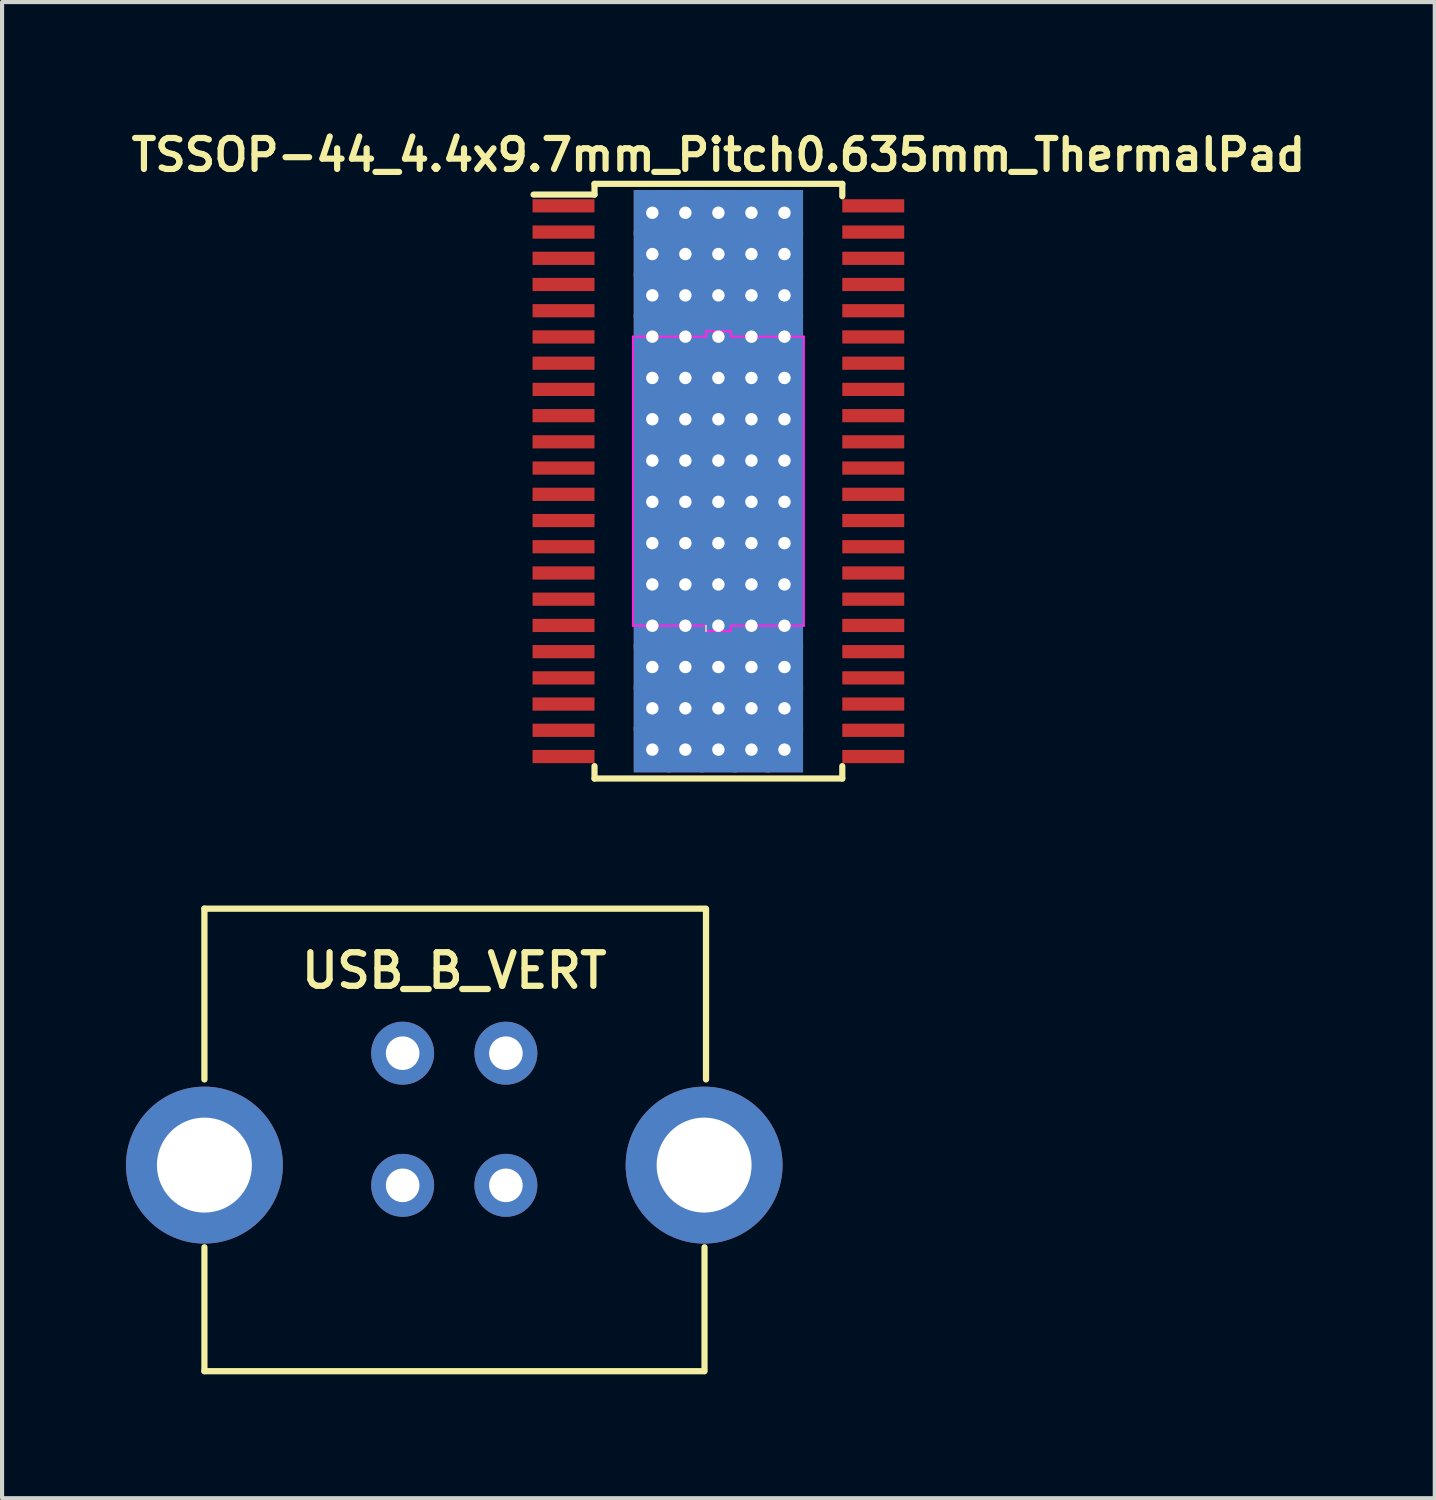
<source format=kicad_pcb>
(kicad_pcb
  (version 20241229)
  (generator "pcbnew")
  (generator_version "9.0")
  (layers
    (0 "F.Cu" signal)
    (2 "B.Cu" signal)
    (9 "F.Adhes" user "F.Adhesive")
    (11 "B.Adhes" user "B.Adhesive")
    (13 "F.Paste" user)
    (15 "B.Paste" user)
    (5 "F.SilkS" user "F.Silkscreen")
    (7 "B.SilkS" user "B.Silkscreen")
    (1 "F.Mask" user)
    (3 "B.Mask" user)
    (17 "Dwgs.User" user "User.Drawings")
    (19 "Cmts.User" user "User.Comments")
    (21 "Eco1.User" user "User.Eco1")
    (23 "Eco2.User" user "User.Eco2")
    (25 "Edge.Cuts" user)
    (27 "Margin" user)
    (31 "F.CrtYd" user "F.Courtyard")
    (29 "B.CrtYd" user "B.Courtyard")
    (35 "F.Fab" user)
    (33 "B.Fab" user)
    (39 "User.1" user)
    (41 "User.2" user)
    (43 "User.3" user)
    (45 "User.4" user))
  (footprint "USB_B_VERT"
    (layer "F.Cu")
    (at 7.95 22.453)
    (property "Reference" "USB_B_VERT" (at 0 -2 0) (layer "F.SilkS") (effects (font (size 0.813 0.813) (thickness 0.152))))
    (attr through_hole)
    (fp_line (start -6.05 -3.5) (end -6.05 0.635) (stroke (width 0.152) (type solid)) (layer "F.SilkS"))
    (fp_line (start -6.05 4.699) (end -6.05 7.7) (stroke (width 0.15) (type solid)) (layer "F.SilkS"))
    (fp_line (start -6.05 7.7) (end 6.05 7.7) (stroke (width 0.152) (type solid)) (layer "F.SilkS"))
    (fp_line (start 6.05 -3.5) (end -6.05 -3.5) (stroke (width 0.152) (type solid)) (layer "F.SilkS"))
    (fp_line (start 6.06 7.7) (end 6.06 4.699) (stroke (width 0.15) (type solid)) (layer "F.SilkS"))
    (fp_line (start 6.096 -3.5) (end 6.096 0.635) (stroke (width 0.152) (type solid)) (layer "F.SilkS"))
    (pad "1" thru_hole circle (at 1.25 0) (size 1.524 1.524) (drill 0.813) (layers "*.Cu" "*.Mask"))
    (pad "2" thru_hole circle (at -1.25 0) (size 1.524 1.524) (drill 0.813) (layers "*.Cu" "*.Mask"))
    (pad "3" thru_hole circle (at -1.25 3.2) (size 1.524 1.524) (drill 0.813) (layers "*.Cu" "*.Mask"))
    (pad "4" thru_hole circle (at 1.25 3.2) (size 1.524 1.524) (drill 0.813) (layers "*.Cu" "*.Mask"))
    (pad "5" thru_hole circle (at -6.05 2.71) (size 3.8 3.8) (drill 2.3) (layers "*.Cu" "*.Mask"))
    (pad "6" thru_hole circle (at 6.05 2.71) (size 3.8 3.8) (drill 2.3) (layers "*.Cu" "*.Mask")))
  (footprint "TSSOP-44_4.4x9.7mm_Pitch0.635mm_ThermalPad"
    (layer "F.Cu")
    (at 14.346 8.602)
    (property "Reference" "TSSOP-44_4.4x9.7mm_Pitch0.635mm_ThermalPad" (at 0 -7.9 0) (layer "F.SilkS") (effects (font (size 0.75 0.75) (thickness 0.15))))
    (attr smd)
    (fp_line (start -3 -7.2) (end -3 -6.94) (stroke (width 0.15) (type solid)) (layer "F.SilkS"))
    (fp_line (start -3 -7.2) (end 3 -7.2) (stroke (width 0.15) (type solid)) (layer "F.SilkS"))
    (fp_line (start -3 -6.94) (end -4.475 -6.94) (stroke (width 0.15) (type solid)) (layer "F.SilkS"))
    (fp_line (start -3 7.2) (end -3 6.9) (stroke (width 0.15) (type solid)) (layer "F.SilkS"))
    (fp_line (start -3 7.2) (end 3 7.2) (stroke (width 0.15) (type solid)) (layer "F.SilkS"))
    (fp_line (start 3 -6.9) (end 3 -7.2) (stroke (width 0.15) (type solid)) (layer "F.SilkS"))
    (fp_line (start 3 7.2) (end 3 6.9) (stroke (width 0.15) (type solid)) (layer "F.SilkS"))
    (fp_line (start -0.3 3.5) (end -0.3 3.63) (stroke (width 0.05) (type solid)) (layer "Dwgs.User"))
    (fp_line (start -2.07 -3.5) (end -2.07 3.5) (stroke (width 0.05) (type solid)) (layer "F.CrtYd"))
    (fp_line (start -2.07 -3.5) (end -0.3 -3.5) (stroke (width 0.05) (type solid)) (layer "F.CrtYd"))
    (fp_line (start -2.07 3.5) (end -0.3 3.5) (stroke (width 0.05) (type solid)) (layer "F.CrtYd"))
    (fp_line (start -0.3 -3.63) (end 0.3 -3.63) (stroke (width 0.05) (type solid)) (layer "F.CrtYd"))
    (fp_line (start -0.3 -3.5) (end -0.3 -3.63) (stroke (width 0.05) (type solid)) (layer "F.CrtYd"))
    (fp_line (start -0.3 3.63) (end 0.3 3.63) (stroke (width 0.05) (type solid)) (layer "F.CrtYd"))
    (fp_line (start 0.3 -3.63) (end 0.3 -3.5) (stroke (width 0.05) (type solid)) (layer "F.CrtYd"))
    (fp_line (start 0.3 -3.5) (end 2.07 -3.5) (stroke (width 0.05) (type solid)) (layer "F.CrtYd"))
    (fp_line (start 0.3 3.5) (end 0.3 3.63) (stroke (width 0.05) (type solid)) (layer "F.CrtYd"))
    (fp_line (start 0.3 3.5) (end 2.07 3.5) (stroke (width 0.05) (type solid)) (layer "F.CrtYd"))
    (fp_line (start 2.07 -3.5) (end 2.07 3.5) (stroke (width 0.05) (type solid)) (layer "F.CrtYd"))
    (pad "1" smd rect (at -3.75 -6.668) (size 1.5 0.32) (layers "F.Cu" "F.Mask" "F.Paste"))
    (pad "2" smd rect (at -3.75 -6.032) (size 1.5 0.32) (layers "F.Cu" "F.Mask" "F.Paste"))
    (pad "3" smd rect (at -3.75 -5.397) (size 1.5 0.32) (layers "F.Cu" "F.Mask" "F.Paste"))
    (pad "4" smd rect (at -3.75 -4.763) (size 1.5 0.32) (layers "F.Cu" "F.Mask" "F.Paste"))
    (pad "5" smd rect (at -3.75 -4.128) (size 1.5 0.32) (layers "F.Cu" "F.Mask" "F.Paste"))
    (pad "6" smd rect (at -3.75 -3.493) (size 1.5 0.32) (layers "F.Cu" "F.Mask" "F.Paste"))
    (pad "7" smd rect (at -3.75 -2.857) (size 1.5 0.32) (layers "F.Cu" "F.Mask" "F.Paste"))
    (pad "8" smd rect (at -3.75 -2.223) (size 1.5 0.32) (layers "F.Cu" "F.Mask" "F.Paste"))
    (pad "9" smd rect (at -3.75 -1.587) (size 1.5 0.32) (layers "F.Cu" "F.Mask" "F.Paste"))
    (pad "10" smd rect (at -3.75 -0.953) (size 1.5 0.32) (layers "F.Cu" "F.Mask" "F.Paste"))
    (pad "11" smd rect (at -3.75 -0.318) (size 1.5 0.32) (layers "F.Cu" "F.Mask" "F.Paste"))
    (pad "12" smd rect (at -3.75 0.318) (size 1.5 0.32) (layers "F.Cu" "F.Mask" "F.Paste"))
    (pad "13" smd rect (at -3.75 0.953) (size 1.5 0.32) (layers "F.Cu" "F.Mask" "F.Paste"))
    (pad "14" smd rect (at -3.75 1.587) (size 1.5 0.32) (layers "F.Cu" "F.Mask" "F.Paste"))
    (pad "15" smd rect (at -3.75 2.223) (size 1.5 0.32) (layers "F.Cu" "F.Mask" "F.Paste"))
    (pad "16" smd rect (at -3.75 2.857) (size 1.5 0.32) (layers "F.Cu" "F.Mask" "F.Paste"))
    (pad "17" smd rect (at -3.75 3.493) (size 1.5 0.32) (layers "F.Cu" "F.Mask" "F.Paste"))
    (pad "18" smd rect (at -3.75 4.128) (size 1.5 0.32) (layers "F.Cu" "F.Mask" "F.Paste"))
    (pad "19" smd rect (at -3.75 4.763) (size 1.5 0.32) (layers "F.Cu" "F.Mask" "F.Paste"))
    (pad "20" smd rect (at -3.75 5.397) (size 1.5 0.32) (layers "F.Cu" "F.Mask" "F.Paste"))
    (pad "21" smd rect (at -3.75 6.032) (size 1.5 0.32) (layers "F.Cu" "F.Mask" "F.Paste"))
    (pad "22" smd rect (at -3.75 6.668) (size 1.5 0.32) (layers "F.Cu" "F.Mask" "F.Paste"))
    (pad "23" smd rect (at 3.75 6.668) (size 1.5 0.32) (layers "F.Cu" "F.Mask" "F.Paste"))
    (pad "24" smd rect (at 3.75 6.032) (size 1.5 0.32) (layers "F.Cu" "F.Mask" "F.Paste"))
    (pad "25" smd rect (at 3.75 5.397) (size 1.5 0.32) (layers "F.Cu" "F.Mask" "F.Paste"))
    (pad "26" smd rect (at 3.75 4.763) (size 1.5 0.32) (layers "F.Cu" "F.Mask" "F.Paste"))
    (pad "27" smd rect (at 3.75 4.128) (size 1.5 0.32) (layers "F.Cu" "F.Mask" "F.Paste"))
    (pad "28" smd rect (at 3.75 3.493) (size 1.5 0.32) (layers "F.Cu" "F.Mask" "F.Paste"))
    (pad "29" smd rect (at 3.75 2.857) (size 1.5 0.32) (layers "F.Cu" "F.Mask" "F.Paste"))
    (pad "30" smd rect (at 3.75 2.223) (size 1.5 0.32) (layers "F.Cu" "F.Mask" "F.Paste"))
    (pad "31" smd rect (at 3.75 1.587) (size 1.5 0.32) (layers "F.Cu" "F.Mask" "F.Paste"))
    (pad "32" smd rect (at 3.75 0.953) (size 1.5 0.32) (layers "F.Cu" "F.Mask" "F.Paste"))
    (pad "33" smd rect (at 3.75 0.318) (size 1.5 0.32) (layers "F.Cu" "F.Mask" "F.Paste"))
    (pad "34" smd rect (at 3.75 -0.318) (size 1.5 0.32) (layers "F.Cu" "F.Mask" "F.Paste"))
    (pad "35" smd rect (at 3.75 -0.953) (size 1.5 0.32) (layers "F.Cu" "F.Mask" "F.Paste"))
    (pad "36" smd rect (at 3.75 -1.587) (size 1.5 0.32) (layers "F.Cu" "F.Mask" "F.Paste"))
    (pad "37" smd rect (at 3.75 -2.223) (size 1.5 0.32) (layers "F.Cu" "F.Mask" "F.Paste"))
    (pad "38" smd rect (at 3.75 -2.857) (size 1.5 0.32) (layers "F.Cu" "F.Mask" "F.Paste"))
    (pad "39" smd rect (at 3.75 -3.493) (size 1.5 0.32) (layers "F.Cu" "F.Mask" "F.Paste"))
    (pad "40" smd rect (at 3.75 -4.128) (size 1.5 0.32) (layers "F.Cu" "F.Mask" "F.Paste"))
    (pad "41" smd rect (at 3.75 -4.763) (size 1.5 0.32) (layers "F.Cu" "F.Mask" "F.Paste"))
    (pad "42" smd rect (at 3.75 -5.397) (size 1.5 0.32) (layers "F.Cu" "F.Mask" "F.Paste"))
    (pad "43" smd rect (at 3.75 -6.032) (size 1.5 0.32) (layers "F.Cu" "F.Mask" "F.Paste"))
    (pad "44" smd rect (at 3.75 -6.668) (size 1.5 0.32) (layers "F.Cu" "F.Mask" "F.Paste"))
    (pad "45" thru_hole rect (at -1.6 -6.5) (size 0.9 1.1) (drill 0.3) (layers "*.Cu"))
    (pad "45" thru_hole rect (at -1.6 -5.5) (size 0.9 1.1) (drill 0.3) (layers "*.Cu"))
    (pad "45" thru_hole rect (at -1.6 -4.5) (size 0.9 1.1) (drill 0.3) (layers "*.Cu"))
    (pad "45" thru_hole rect (at -1.6 -3.5) (size 0.9 1.1) (drill 0.3) (layers "*.Cu" "*.Mask"))
    (pad "45" thru_hole rect (at -1.6 -2.5) (size 0.9 1.1) (drill 0.3) (layers "*.Cu" "*.Mask"))
    (pad "45" thru_hole rect (at -1.6 -1.5) (size 0.9 1.1) (drill 0.3) (layers "*.Cu" "*.Mask"))
    (pad "45" thru_hole rect (at -1.6 -0.5) (size 0.9 1.1) (drill 0.3) (layers "*.Cu" "*.Mask"))
    (pad "45" thru_hole rect (at -1.6 0.5) (size 0.9 1.1) (drill 0.3) (layers "*.Cu" "*.Mask"))
    (pad "45" thru_hole rect (at -1.6 1.5) (size 0.9 1.1) (drill 0.3) (layers "*.Cu" "*.Mask"))
    (pad "45" thru_hole rect (at -1.6 2.5) (size 0.9 1.1) (drill 0.3) (layers "*.Cu" "*.Mask"))
    (pad "45" thru_hole rect (at -1.6 3.5) (size 0.9 1.1) (drill 0.3) (layers "*.Cu" "*.Mask"))
    (pad "45" thru_hole rect (at -1.6 4.5) (size 0.9 1.1) (drill 0.3) (layers "*.Cu"))
    (pad "45" thru_hole rect (at -1.6 5.5) (size 0.9 1.1) (drill 0.3) (layers "*.Cu"))
    (pad "45" thru_hole rect (at -1.6 6.5) (size 0.9 1.1) (drill 0.3) (layers "*.Cu"))
    (pad "45" thru_hole rect (at -0.8 -6.5) (size 0.9 1.1) (drill 0.3) (layers "*.Cu"))
    (pad "45" thru_hole rect (at -0.8 -5.5) (size 0.9 1.1) (drill 0.3) (layers "*.Cu"))
    (pad "45" thru_hole rect (at -0.8 -4.5) (size 0.9 1.1) (drill 0.3) (layers "*.Cu"))
    (pad "45" thru_hole rect (at -0.8 -3.5) (size 0.9 1.1) (drill 0.3) (layers "*.Cu" "*.Mask"))
    (pad "45" thru_hole rect (at -0.8 -2.5) (size 0.9 1.1) (drill 0.3) (layers "*.Cu" "*.Mask"))
    (pad "45" thru_hole rect (at -0.8 -1.5) (size 0.9 1.1) (drill 0.3) (layers "*.Cu" "*.Mask"))
    (pad "45" thru_hole rect (at -0.8 -0.5) (size 0.9 1.1) (drill 0.3) (layers "*.Cu" "*.Mask"))
    (pad "45" thru_hole rect (at -0.8 0.5) (size 0.9 1.1) (drill 0.3) (layers "*.Cu" "*.Mask"))
    (pad "45" thru_hole rect (at -0.8 1.5) (size 0.9 1.1) (drill 0.3) (layers "*.Cu" "*.Mask"))
    (pad "45" thru_hole rect (at -0.8 2.5) (size 0.9 1.1) (drill 0.3) (layers "*.Cu" "*.Mask"))
    (pad "45" thru_hole rect (at -0.8 3.5) (size 0.9 1.1) (drill 0.3) (layers "*.Cu" "*.Mask"))
    (pad "45" thru_hole rect (at -0.8 4.5) (size 0.9 1.1) (drill 0.3) (layers "*.Cu"))
    (pad "45" thru_hole rect (at -0.8 5.5) (size 0.9 1.1) (drill 0.3) (layers "*.Cu"))
    (pad "45" thru_hole rect (at -0.8 6.5) (size 0.9 1.1) (drill 0.3) (layers "*.Cu"))
    (pad "45" thru_hole rect (at 0 -6.5) (size 0.9 1.1) (drill 0.3) (layers "*.Cu"))
    (pad "45" thru_hole rect (at 0 -5.5) (size 0.9 1.1) (drill 0.3) (layers "*.Cu"))
    (pad "45" thru_hole rect (at 0 -4.5) (size 0.9 1.1) (drill 0.3) (layers "*.Cu"))
    (pad "45" thru_hole rect (at 0 -3.5) (size 0.9 1.1) (drill 0.3) (layers "*.Cu" "*.Mask"))
    (pad "45" thru_hole rect (at 0 -2.5) (size 0.9 1.1) (drill 0.3) (layers "*.Cu" "*.Mask"))
    (pad "45" thru_hole rect (at 0 -1.5) (size 0.9 1.1) (drill 0.3) (layers "*.Cu" "*.Mask"))
    (pad "45" thru_hole rect (at 0 -0.5) (size 0.9 1.1) (drill 0.3) (layers "*.Cu" "*.Mask"))
    (pad "45" thru_hole rect (at 0 0.5) (size 0.9 1.1) (drill 0.3) (layers "*.Cu" "*.Mask"))
    (pad "45" thru_hole rect (at 0 1.5) (size 0.9 1.1) (drill 0.3) (layers "*.Cu" "*.Mask"))
    (pad "45" thru_hole rect (at 0 2.5) (size 0.9 1.1) (drill 0.3) (layers "*.Cu" "*.Mask"))
    (pad "45" thru_hole rect (at 0 3.5) (size 0.9 1.1) (drill 0.3) (layers "*.Cu" "*.Mask"))
    (pad "45" thru_hole rect (at 0 4.5) (size 0.9 1.1) (drill 0.3) (layers "*.Cu"))
    (pad "45" thru_hole rect (at 0 5.5) (size 0.9 1.1) (drill 0.3) (layers "*.Cu"))
    (pad "45" thru_hole rect (at 0 6.5) (size 0.9 1.1) (drill 0.3) (layers "*.Cu"))
    (pad "45" thru_hole rect (at 0.8 -6.5) (size 0.9 1.1) (drill 0.3) (layers "*.Cu"))
    (pad "45" thru_hole rect (at 0.8 -5.5) (size 0.9 1.1) (drill 0.3) (layers "*.Cu"))
    (pad "45" thru_hole rect (at 0.8 -4.5) (size 0.9 1.1) (drill 0.3) (layers "*.Cu"))
    (pad "45" thru_hole rect (at 0.8 -3.5) (size 0.9 1.1) (drill 0.3) (layers "*.Cu" "*.Mask"))
    (pad "45" thru_hole rect (at 0.8 -2.5) (size 0.9 1.1) (drill 0.3) (layers "*.Cu" "*.Mask"))
    (pad "45" thru_hole rect (at 0.8 -1.5) (size 0.9 1.1) (drill 0.3) (layers "*.Cu" "*.Mask"))
    (pad "45" thru_hole rect (at 0.8 -0.5) (size 0.9 1.1) (drill 0.3) (layers "*.Cu" "*.Mask"))
    (pad "45" thru_hole rect (at 0.8 0.5) (size 0.9 1.1) (drill 0.3) (layers "*.Cu" "*.Mask"))
    (pad "45" thru_hole rect (at 0.8 1.5) (size 0.9 1.1) (drill 0.3) (layers "*.Cu" "*.Mask"))
    (pad "45" thru_hole rect (at 0.8 2.5) (size 0.9 1.1) (drill 0.3) (layers "*.Cu" "*.Mask"))
    (pad "45" thru_hole rect (at 0.8 3.5) (size 0.9 1.1) (drill 0.3) (layers "*.Cu" "*.Mask"))
    (pad "45" thru_hole rect (at 0.8 4.5) (size 0.9 1.1) (drill 0.3) (layers "*.Cu"))
    (pad "45" thru_hole rect (at 0.8 5.5) (size 0.9 1.1) (drill 0.3) (layers "*.Cu"))
    (pad "45" thru_hole rect (at 0.8 6.5) (size 0.9 1.1) (drill 0.3) (layers "*.Cu"))
    (pad "45" thru_hole rect (at 1.6 -6.5) (size 0.9 1.1) (drill 0.3) (layers "*.Cu"))
    (pad "45" thru_hole rect (at 1.6 -5.5) (size 0.9 1.1) (drill 0.3) (layers "*.Cu"))
    (pad "45" thru_hole rect (at 1.6 -4.5) (size 0.9 1.1) (drill 0.3) (layers "*.Cu"))
    (pad "45" thru_hole rect (at 1.6 -3.5) (size 0.9 1.1) (drill 0.3) (layers "*.Cu" "*.Mask"))
    (pad "45" thru_hole rect (at 1.6 -2.5) (size 0.9 1.1) (drill 0.3) (layers "*.Cu" "*.Mask"))
    (pad "45" thru_hole rect (at 1.6 -1.5) (size 0.9 1.1) (drill 0.3) (layers "*.Cu" "*.Mask"))
    (pad "45" thru_hole rect (at 1.6 -0.5) (size 0.9 1.1) (drill 0.3) (layers "*.Cu" "*.Mask"))
    (pad "45" thru_hole rect (at 1.6 0.5) (size 0.9 1.1) (drill 0.3) (layers "*.Cu" "*.Mask"))
    (pad "45" thru_hole rect (at 1.6 1.5) (size 0.9 1.1) (drill 0.3) (layers "*.Cu" "*.Mask"))
    (pad "45" thru_hole rect (at 1.6 2.5) (size 0.9 1.1) (drill 0.3) (layers "*.Cu" "*.Mask"))
    (pad "45" thru_hole rect (at 1.6 3.5) (size 0.9 1.1) (drill 0.3) (layers "*.Cu" "*.Mask"))
    (pad "45" thru_hole rect (at 1.6 4.5) (size 0.9 1.1) (drill 0.3) (layers "*.Cu"))
    (pad "45" thru_hole rect (at 1.6 5.5) (size 0.9 1.1) (drill 0.3) (layers "*.Cu"))
    (pad "45" thru_hole rect (at 1.6 6.5) (size 0.9 1.1) (drill 0.3) (layers "*.Cu")))
  (gr_rect
    (start -3 -3)
    (end 31.693 33.229)
    (stroke (width 0.1) (type default))
    (fill no)
    (layer "Edge.Cuts")))
</source>
